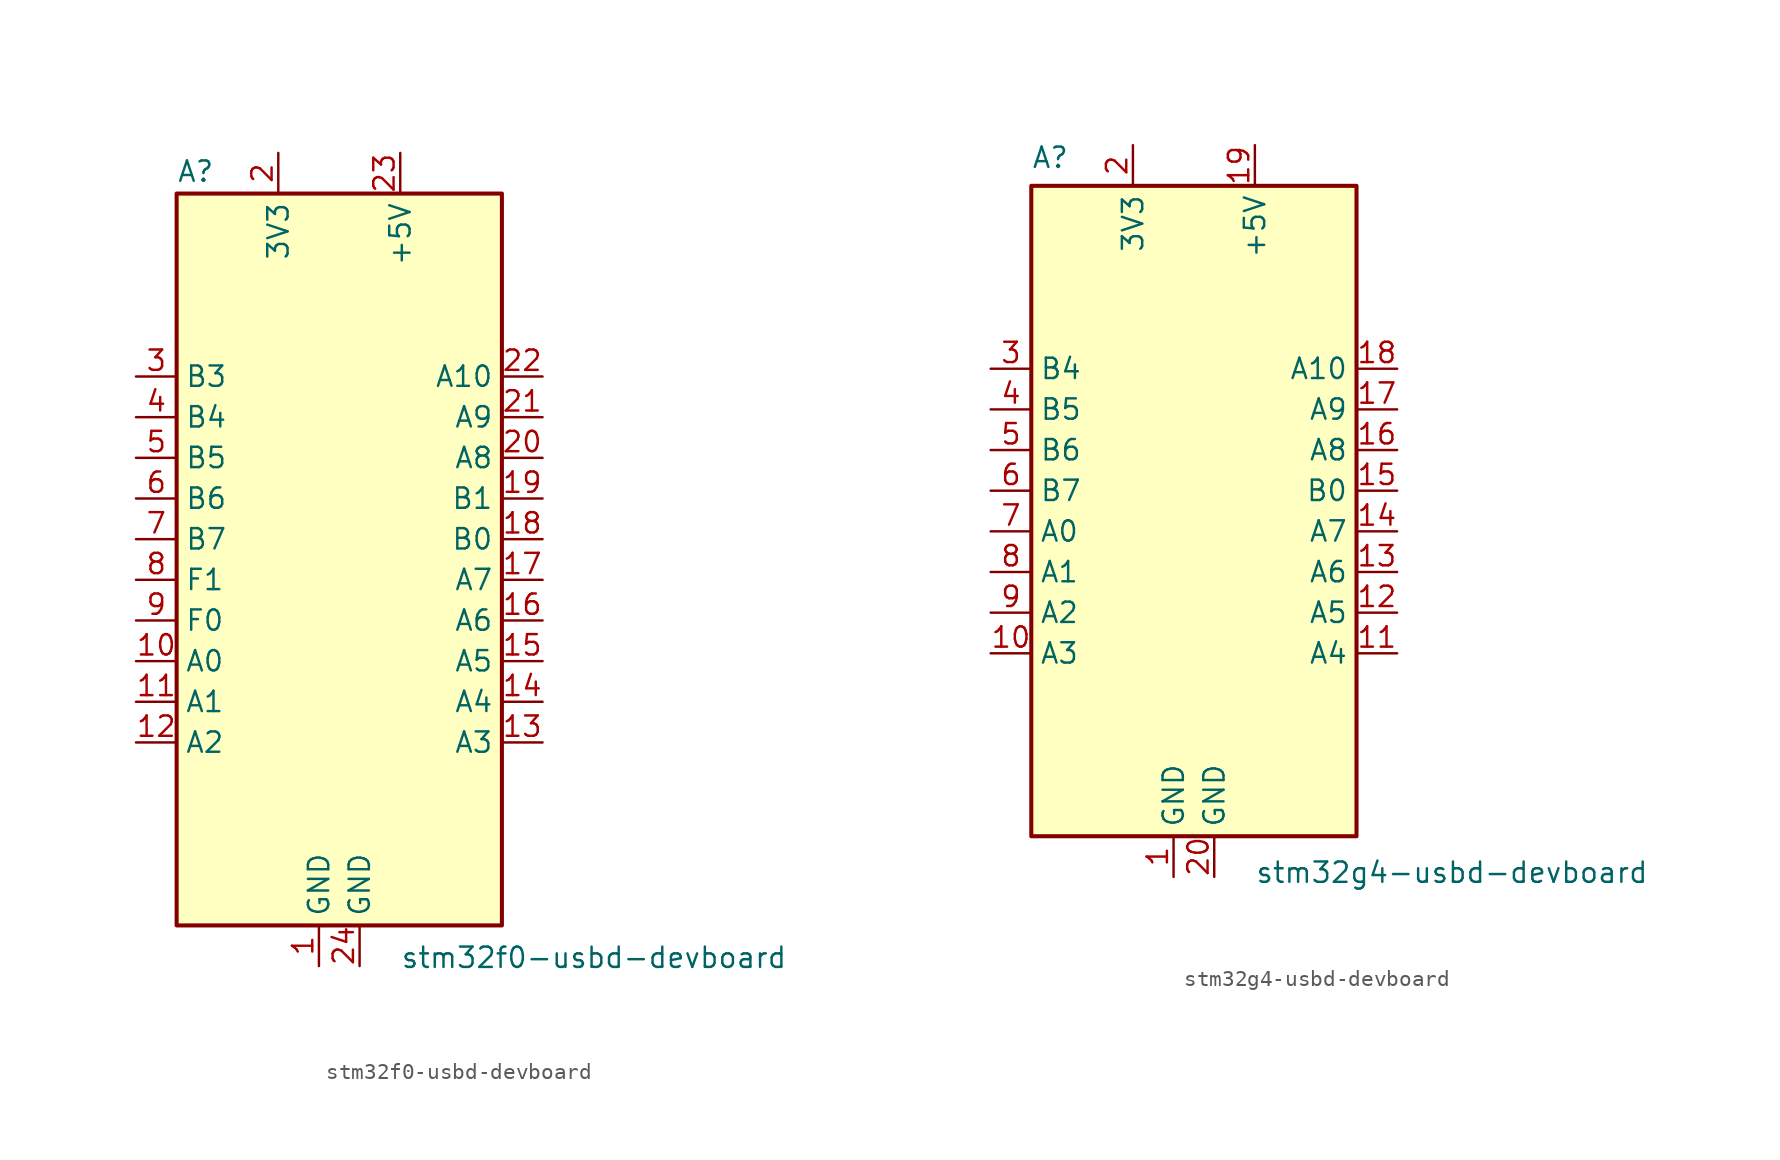
<source format=kicad_sym>
(kicad_symbol_lib
  (version 20241209)
  (generator "kicad_symbol_editor")
  (generator_version "9.0")
  (symbol "stm32f0-usbd-devboard"
    (property "Reference" "A"
      (at -10.16 23.495 0)
      (effects (font (size 1.27 1.27)) (justify left bottom)))
    (property "Value" "stm32f0-usbd-devboard"
      (at 3.81 -24.13 0)
      (effects (font (size 1.27 1.27)) (justify left top)))
    (symbol "stm32f0-usbd-devboard_0_1"
      (rectangle (start -10.16 22.86) (end 10.16 -22.86) (stroke (width 0.254) (type default)) (fill (type background))))
    (symbol "stm32f0-usbd-devboard_1_1"
      (pin bidirectional line (at -12.7 11.43 0) (length 2.54) (name "B3" (effects (font (size 1.27 1.27)))) (number "3" (effects (font (size 1.27 1.27)))))
      (pin bidirectional line (at -12.7 8.89 0) (length 2.54) (name "B4" (effects (font (size 1.27 1.27)))) (number "4" (effects (font (size 1.27 1.27)))))
      (pin bidirectional line (at -12.7 6.35 0) (length 2.54) (name "B5" (effects (font (size 1.27 1.27)))) (number "5" (effects (font (size 1.27 1.27)))))
      (pin bidirectional line (at -12.7 3.81 0) (length 2.54) (name "B6" (effects (font (size 1.27 1.27)))) (number "6" (effects (font (size 1.27 1.27)))))
      (pin bidirectional line (at -12.7 1.27 0) (length 2.54) (name "B7" (effects (font (size 1.27 1.27)))) (number "7" (effects (font (size 1.27 1.27)))))
      (pin bidirectional line (at -12.7 -1.27 0) (length 2.54) (name "F1" (effects (font (size 1.27 1.27)))) (number "8" (effects (font (size 1.27 1.27)))))
      (pin bidirectional line (at -12.7 -3.81 0) (length 2.54) (name "F0" (effects (font (size 1.27 1.27)))) (number "9" (effects (font (size 1.27 1.27)))))
      (pin bidirectional line (at -12.7 -6.35 0) (length 2.54) (name "A0" (effects (font (size 1.27 1.27)))) (number "10" (effects (font (size 1.27 1.27)))))
      (pin bidirectional line (at -12.7 -8.89 0) (length 2.54) (name "A1" (effects (font (size 1.27 1.27)))) (number "11" (effects (font (size 1.27 1.27)))))
      (pin bidirectional line (at -12.7 -11.43 0) (length 2.54) (name "A2" (effects (font (size 1.27 1.27)))) (number "12" (effects (font (size 1.27 1.27)))))
      (pin power_out line (at -3.81 25.4 270) (length 2.54) (name "3V3" (effects (font (size 1.27 1.27)))) (number "2" (effects (font (size 1.27 1.27)))))
      (pin power_in line (at -1.27 -25.4 90) (length 2.54) (name "GND" (effects (font (size 1.27 1.27)))) (number "1" (effects (font (size 1.27 1.27)))))
      (pin power_in line (at 1.27 -25.4 90) (length 2.54) (name "GND" (effects (font (size 1.27 1.27)))) (number "24" (effects (font (size 1.27 1.27)))))
      (pin power_out line (at 3.81 25.4 270) (length 2.54) (name "+5V" (effects (font (size 1.27 1.27)))) (number "23" (effects (font (size 1.27 1.27)))))
      (pin bidirectional line (at 12.7 11.43 180) (length 2.54) (name "A10" (effects (font (size 1.27 1.27)))) (number "22" (effects (font (size 1.27 1.27)))))
      (pin bidirectional line (at 12.7 8.89 180) (length 2.54) (name "A9" (effects (font (size 1.27 1.27)))) (number "21" (effects (font (size 1.27 1.27)))))
      (pin bidirectional line (at 12.7 6.35 180) (length 2.54) (name "A8" (effects (font (size 1.27 1.27)))) (number "20" (effects (font (size 1.27 1.27)))))
      (pin bidirectional line (at 12.7 3.81 180) (length 2.54) (name "B1" (effects (font (size 1.27 1.27)))) (number "19" (effects (font (size 1.27 1.27)))))
      (pin bidirectional line (at 12.7 1.27 180) (length 2.54) (name "B0" (effects (font (size 1.27 1.27)))) (number "18" (effects (font (size 1.27 1.27)))))
      (pin bidirectional line (at 12.7 -1.27 180) (length 2.54) (name "A7" (effects (font (size 1.27 1.27)))) (number "17" (effects (font (size 1.27 1.27)))))
      (pin bidirectional line (at 12.7 -3.81 180) (length 2.54) (name "A6" (effects (font (size 1.27 1.27)))) (number "16" (effects (font (size 1.27 1.27)))))
      (pin bidirectional line (at 12.7 -6.35 180) (length 2.54) (name "A5" (effects (font (size 1.27 1.27)))) (number "15" (effects (font (size 1.27 1.27)))))
      (pin bidirectional line (at 12.7 -8.89 180) (length 2.54) (name "A4" (effects (font (size 1.27 1.27)))) (number "14" (effects (font (size 1.27 1.27)))))
      (pin bidirectional line (at 12.7 -11.43 180) (length 2.54) (name "A3" (effects (font (size 1.27 1.27)))) (number "13" (effects (font (size 1.27 1.27)))))))
  (symbol "stm32g4-usbd-devboard"
    (property "Reference" "A"
      (at -10.16 21.336 0)
      (effects (font (size 1.27 1.27)) (justify left bottom)))
    (property "Value" "stm32g4-usbd-devboard"
      (at 3.81 -21.844 0)
      (effects (font (size 1.27 1.27)) (justify left top)))
    (symbol "stm32g4-usbd-devboard_0_1"
      (rectangle (start -10.16 20.32) (end 10.16 -20.32) (stroke (width 0.254) (type default)) (fill (type background))))
    (symbol "stm32g4-usbd-devboard_1_1"
      (pin bidirectional line (at -12.7 8.89 0) (length 2.54) (name "B4" (effects (font (size 1.27 1.27)))) (number "3" (effects (font (size 1.27 1.27)))))
      (pin bidirectional line (at -12.7 6.35 0) (length 2.54) (name "B5" (effects (font (size 1.27 1.27)))) (number "4" (effects (font (size 1.27 1.27)))))
      (pin bidirectional line (at -12.7 3.81 0) (length 2.54) (name "B6" (effects (font (size 1.27 1.27)))) (number "5" (effects (font (size 1.27 1.27)))))
      (pin bidirectional line (at -12.7 1.27 0) (length 2.54) (name "B7" (effects (font (size 1.27 1.27)))) (number "6" (effects (font (size 1.27 1.27)))))
      (pin bidirectional line (at -12.7 -1.27 0) (length 2.54) (name "A0" (effects (font (size 1.27 1.27)))) (number "7" (effects (font (size 1.27 1.27)))))
      (pin bidirectional line (at -12.7 -3.81 0) (length 2.54) (name "A1" (effects (font (size 1.27 1.27)))) (number "8" (effects (font (size 1.27 1.27)))))
      (pin bidirectional line (at -12.7 -6.35 0) (length 2.54) (name "A2" (effects (font (size 1.27 1.27)))) (number "9" (effects (font (size 1.27 1.27)))))
      (pin bidirectional line (at -12.7 -8.89 0) (length 2.54) (name "A3" (effects (font (size 1.27 1.27)))) (number "10" (effects (font (size 1.27 1.27)))))
      (pin power_out line (at -3.81 22.86 270) (length 2.54) (name "3V3" (effects (font (size 1.27 1.27)))) (number "2" (effects (font (size 1.27 1.27)))))
      (pin power_in line (at -1.27 -22.86 90) (length 2.54) (name "GND" (effects (font (size 1.27 1.27)))) (number "1" (effects (font (size 1.27 1.27)))))
      (pin power_in line (at 1.27 -22.86 90) (length 2.54) (name "GND" (effects (font (size 1.27 1.27)))) (number "20" (effects (font (size 1.27 1.27)))))
      (pin power_out line (at 3.81 22.86 270) (length 2.54) (name "+5V" (effects (font (size 1.27 1.27)))) (number "19" (effects (font (size 1.27 1.27)))))
      (pin bidirectional line (at 12.7 8.89 180) (length 2.54) (name "A10" (effects (font (size 1.27 1.27)))) (number "18" (effects (font (size 1.27 1.27)))))
      (pin bidirectional line (at 12.7 6.35 180) (length 2.54) (name "A9" (effects (font (size 1.27 1.27)))) (number "17" (effects (font (size 1.27 1.27)))))
      (pin bidirectional line (at 12.7 3.81 180) (length 2.54) (name "A8" (effects (font (size 1.27 1.27)))) (number "16" (effects (font (size 1.27 1.27)))))
      (pin bidirectional line (at 12.7 1.27 180) (length 2.54) (name "B0" (effects (font (size 1.27 1.27)))) (number "15" (effects (font (size 1.27 1.27)))))
      (pin bidirectional line (at 12.7 -1.27 180) (length 2.54) (name "A7" (effects (font (size 1.27 1.27)))) (number "14" (effects (font (size 1.27 1.27)))))
      (pin bidirectional line (at 12.7 -3.81 180) (length 2.54) (name "A6" (effects (font (size 1.27 1.27)))) (number "13" (effects (font (size 1.27 1.27)))))
      (pin bidirectional line (at 12.7 -6.35 180) (length 2.54) (name "A5" (effects (font (size 1.27 1.27)))) (number "12" (effects (font (size 1.27 1.27)))))
      (pin bidirectional line (at 12.7 -8.89 180) (length 2.54) (name "A4" (effects (font (size 1.27 1.27)))) (number "11" (effects (font (size 1.27 1.27))))))))
</source>
